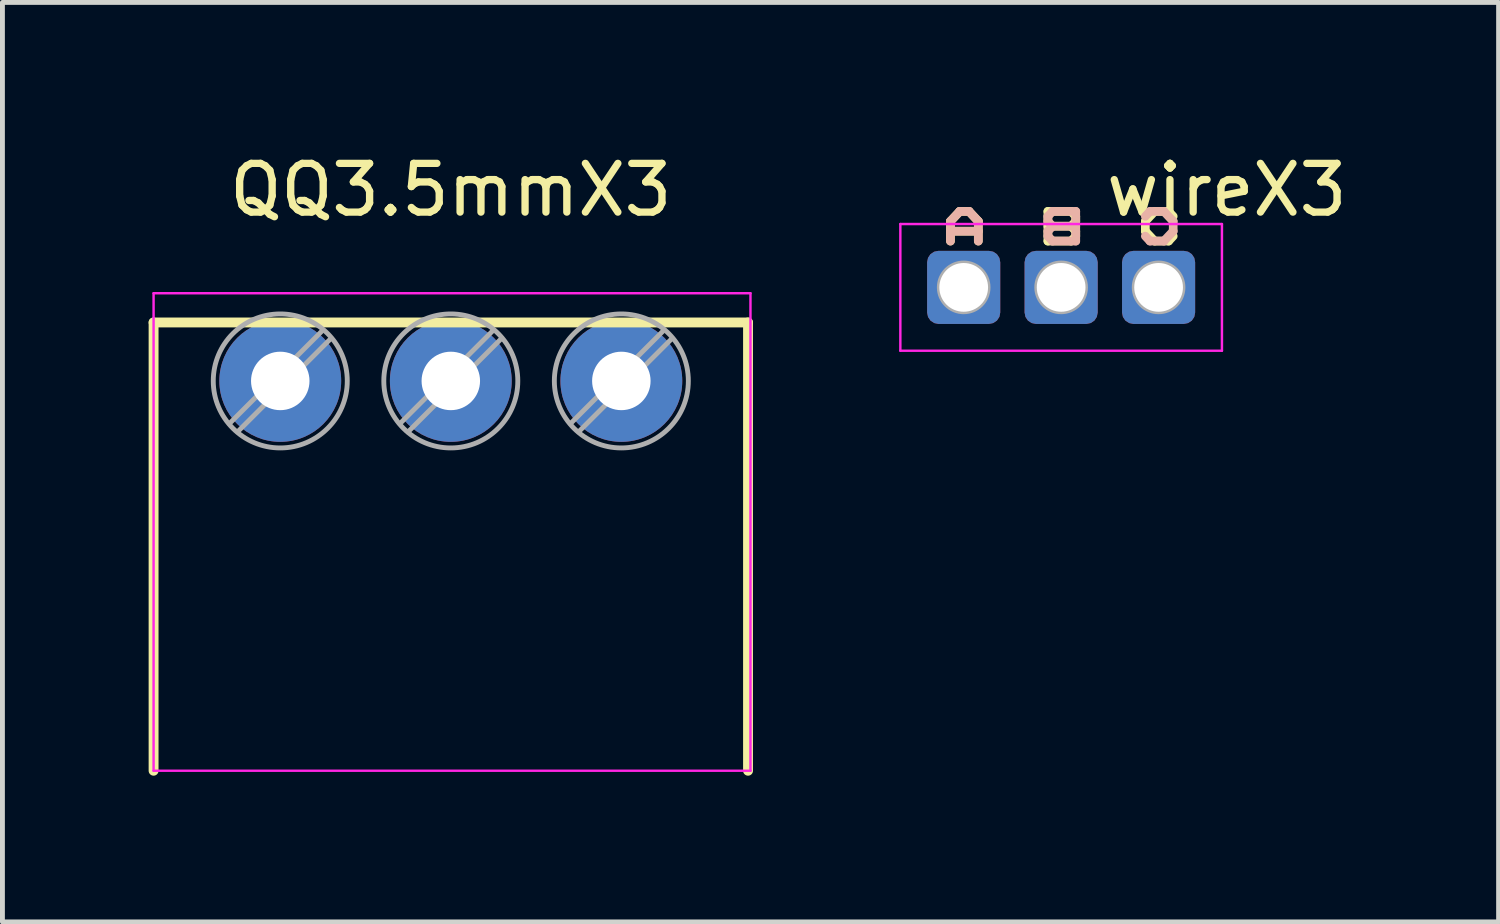
<source format=kicad_pcb>
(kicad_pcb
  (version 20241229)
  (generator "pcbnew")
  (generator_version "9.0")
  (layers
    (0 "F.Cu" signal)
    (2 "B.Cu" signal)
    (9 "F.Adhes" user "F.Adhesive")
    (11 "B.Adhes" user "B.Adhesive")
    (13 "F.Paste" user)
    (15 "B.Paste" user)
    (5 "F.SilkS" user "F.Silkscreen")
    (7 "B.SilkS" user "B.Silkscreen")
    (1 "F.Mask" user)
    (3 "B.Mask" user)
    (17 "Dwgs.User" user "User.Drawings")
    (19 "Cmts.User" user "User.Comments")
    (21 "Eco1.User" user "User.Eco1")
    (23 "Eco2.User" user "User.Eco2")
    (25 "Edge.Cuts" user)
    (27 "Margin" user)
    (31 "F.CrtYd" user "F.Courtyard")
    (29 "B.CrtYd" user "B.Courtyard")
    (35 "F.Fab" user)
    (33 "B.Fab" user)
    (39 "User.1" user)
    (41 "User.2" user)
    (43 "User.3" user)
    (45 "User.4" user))
  (footprint "QQ3.5mmX3"
    (layer "F.Cu")
    (at 2.702 4.768)
    (property "Reference" "QQ3.5mmX3" (at 3.5 -3.92 0) (layer "F.SilkS") (effects (font (size 1 1) (thickness 0.15))))
    (attr through_hole)
    (fp_line (start -2.6 -1.2) (end -2.6 8) (stroke (width 0.203) (type solid)) (layer "F.SilkS"))
    (fp_line (start 9.6 -1.2) (end -2.6 -1.2) (stroke (width 0.203) (type solid)) (layer "F.SilkS"))
    (fp_line (start 9.6 8) (end 9.6 -1.2) (stroke (width 0.203) (type solid)) (layer "F.SilkS"))
    (fp_line (start -2.6 -1.8) (end -2.6 8) (stroke (width 0.05) (type solid)) (layer "F.CrtYd"))
    (fp_line (start -2.6 8) (end 9.65 8) (stroke (width 0.05) (type solid)) (layer "F.CrtYd"))
    (fp_line (start 9.65 -1.8) (end -2.6 -1.8) (stroke (width 0.05) (type solid)) (layer "F.CrtYd"))
    (fp_line (start 9.65 8) (end 9.65 -1.8) (stroke (width 0.05) (type solid)) (layer "F.CrtYd"))
    (fp_line (start 0.875 -1.043) (end -1.043 0.875) (stroke (width 0.1) (type solid)) (layer "F.Fab"))
    (fp_line (start 1.043 -0.875) (end -0.875 1.043) (stroke (width 0.1) (type solid)) (layer "F.Fab"))
    (fp_line (start 4.375 -1.043) (end 2.457 0.875) (stroke (width 0.1) (type solid)) (layer "F.Fab"))
    (fp_line (start 4.543 -0.875) (end 2.625 1.043) (stroke (width 0.1) (type solid)) (layer "F.Fab"))
    (fp_line (start 7.875 -1.043) (end 5.957 0.875) (stroke (width 0.1) (type solid)) (layer "F.Fab"))
    (fp_line (start 8.043 -0.875) (end 6.125 1.043) (stroke (width 0.1) (type solid)) (layer "F.Fab"))
    (fp_circle (center 0 0) (end 1.375 0) (stroke (width 0.1) (type solid)) (fill no) (layer "F.Fab"))
    (fp_circle (center 3.5 0) (end 4.875 0) (stroke (width 0.1) (type solid)) (fill no) (layer "F.Fab"))
    (fp_circle (center 7 0) (end 8.375 0) (stroke (width 0.1) (type solid)) (fill no) (layer "F.Fab"))
    (pad "1" thru_hole circle (at 0 0) (size 2.5 2.5) (drill 1.2) (layers "*.Cu" "*.Mask"))
    (pad "2" thru_hole circle (at 3.5 0) (size 2.5 2.5) (drill 1.2) (layers "*.Cu" "*.Mask"))
    (pad "3" thru_hole circle (at 7 0) (size 2.5 2.5) (drill 1.2) (layers "*.Cu" "*.Mask")))
  (footprint "wireX3"
    (layer "F.Cu")
    (at 16.728 2.848)
    (property "Reference" "wireX3" (at 5.4 -2 0) (layer "F.SilkS") (effects (font (size 1 1) (thickness 0.15))))
    (attr exclude_from_pos_files exclude_from_bom)
    (fp_line (start -0.272 -1.356) (end -0.081 -1.56) (stroke (width 0.178) (type solid)) (layer "F.SilkS"))
    (fp_line (start -0.272 -1.153) (end 0.3 -1.153) (stroke (width 0.178) (type solid)) (layer "F.SilkS"))
    (fp_line (start -0.272 -0.95) (end -0.272 -1.356) (stroke (width 0.178) (type solid)) (layer "F.SilkS"))
    (fp_line (start -0.081 -1.56) (end 0.11 -1.56) (stroke (width 0.178) (type solid)) (layer "F.SilkS"))
    (fp_line (start 0.11 -1.56) (end 0.3 -1.356) (stroke (width 0.178) (type solid)) (layer "F.SilkS"))
    (fp_line (start 0.3 -1.356) (end 0.3 -0.95) (stroke (width 0.178) (type solid)) (layer "F.SilkS"))
    (fp_line (start 1.728 -1.56) (end 2.205 -1.56) (stroke (width 0.178) (type solid)) (layer "F.SilkS"))
    (fp_line (start 1.728 -1.255) (end 2.205 -1.255) (stroke (width 0.178) (type solid)) (layer "F.SilkS"))
    (fp_line (start 1.728 -0.95) (end 1.728 -1.56) (stroke (width 0.178) (type solid)) (layer "F.SilkS"))
    (fp_line (start 2.205 -1.56) (end 2.3 -1.458) (stroke (width 0.178) (type solid)) (layer "F.SilkS"))
    (fp_line (start 2.205 -1.255) (end 2.3 -1.153) (stroke (width 0.178) (type solid)) (layer "F.SilkS"))
    (fp_line (start 2.205 -0.95) (end 1.728 -0.95) (stroke (width 0.178) (type solid)) (layer "F.SilkS"))
    (fp_line (start 2.3 -1.458) (end 2.3 -1.356) (stroke (width 0.178) (type solid)) (layer "F.SilkS"))
    (fp_line (start 2.3 -1.356) (end 2.205 -1.255) (stroke (width 0.178) (type solid)) (layer "F.SilkS"))
    (fp_line (start 2.3 -1.153) (end 2.3 -1.052) (stroke (width 0.178) (type solid)) (layer "F.SilkS"))
    (fp_line (start 2.3 -1.052) (end 2.205 -0.95) (stroke (width 0.178) (type solid)) (layer "F.SilkS"))
    (fp_line (start 3.728 -1.356) (end 3.919 -1.56) (stroke (width 0.178) (type solid)) (layer "F.SilkS"))
    (fp_line (start 3.728 -1.153) (end 3.728 -1.356) (stroke (width 0.178) (type solid)) (layer "F.SilkS"))
    (fp_line (start 3.919 -1.56) (end 4.205 -1.56) (stroke (width 0.178) (type solid)) (layer "F.SilkS"))
    (fp_line (start 3.919 -0.95) (end 3.728 -1.153) (stroke (width 0.178) (type solid)) (layer "F.SilkS"))
    (fp_line (start 4.205 -1.56) (end 4.3 -1.458) (stroke (width 0.178) (type solid)) (layer "F.SilkS"))
    (fp_line (start 4.205 -0.95) (end 3.919 -0.95) (stroke (width 0.178) (type solid)) (layer "F.SilkS"))
    (fp_line (start 4.3 -1.052) (end 4.205 -0.95) (stroke (width 0.178) (type solid)) (layer "F.SilkS"))
    (fp_line (start -0.272 -1.356) (end -0.272 -0.95) (stroke (width 0.178) (type solid)) (layer "B.SilkS"))
    (fp_line (start -0.081 -1.56) (end -0.272 -1.356) (stroke (width 0.178) (type solid)) (layer "B.SilkS"))
    (fp_line (start 0.11 -1.56) (end -0.081 -1.56) (stroke (width 0.178) (type solid)) (layer "B.SilkS"))
    (fp_line (start 0.3 -1.356) (end 0.11 -1.56) (stroke (width 0.178) (type solid)) (layer "B.SilkS"))
    (fp_line (start 0.3 -1.153) (end -0.272 -1.153) (stroke (width 0.178) (type solid)) (layer "B.SilkS"))
    (fp_line (start 0.3 -0.95) (end 0.3 -1.356) (stroke (width 0.178) (type solid)) (layer "B.SilkS"))
    (fp_line (start 1.728 -1.458) (end 1.728 -1.356) (stroke (width 0.178) (type solid)) (layer "B.SilkS"))
    (fp_line (start 1.728 -1.356) (end 1.824 -1.255) (stroke (width 0.178) (type solid)) (layer "B.SilkS"))
    (fp_line (start 1.728 -1.153) (end 1.728 -1.052) (stroke (width 0.178) (type solid)) (layer "B.SilkS"))
    (fp_line (start 1.728 -1.052) (end 1.824 -0.95) (stroke (width 0.178) (type solid)) (layer "B.SilkS"))
    (fp_line (start 1.824 -1.56) (end 1.728 -1.458) (stroke (width 0.178) (type solid)) (layer "B.SilkS"))
    (fp_line (start 1.824 -1.255) (end 1.728 -1.153) (stroke (width 0.178) (type solid)) (layer "B.SilkS"))
    (fp_line (start 1.824 -0.95) (end 2.3 -0.95) (stroke (width 0.178) (type solid)) (layer "B.SilkS"))
    (fp_line (start 2.3 -1.56) (end 1.824 -1.56) (stroke (width 0.178) (type solid)) (layer "B.SilkS"))
    (fp_line (start 2.3 -1.255) (end 1.824 -1.255) (stroke (width 0.178) (type solid)) (layer "B.SilkS"))
    (fp_line (start 2.3 -0.95) (end 2.3 -1.56) (stroke (width 0.178) (type solid)) (layer "B.SilkS"))
    (fp_line (start 3.728 -1.052) (end 3.824 -0.95) (stroke (width 0.178) (type solid)) (layer "B.SilkS"))
    (fp_line (start 3.824 -1.56) (end 3.728 -1.458) (stroke (width 0.178) (type solid)) (layer "B.SilkS"))
    (fp_line (start 3.824 -0.95) (end 4.109 -0.95) (stroke (width 0.178) (type solid)) (layer "B.SilkS"))
    (fp_line (start 4.109 -1.56) (end 3.824 -1.56) (stroke (width 0.178) (type solid)) (layer "B.SilkS"))
    (fp_line (start 4.109 -0.95) (end 4.3 -1.153) (stroke (width 0.178) (type solid)) (layer "B.SilkS"))
    (fp_line (start 4.3 -1.356) (end 4.109 -1.56) (stroke (width 0.178) (type solid)) (layer "B.SilkS"))
    (fp_line (start 4.3 -1.153) (end 4.3 -1.356) (stroke (width 0.178) (type solid)) (layer "B.SilkS"))
    (fp_line (start -1.3 -1.3) (end -1.3 1.3) (stroke (width 0.05) (type solid)) (layer "F.CrtYd"))
    (fp_line (start -1.3 1.3) (end 5.3 1.3) (stroke (width 0.05) (type solid)) (layer "F.CrtYd"))
    (fp_line (start 5.3 -1.3) (end -1.3 -1.3) (stroke (width 0.05) (type solid)) (layer "F.CrtYd"))
    (fp_line (start 5.3 1.3) (end 5.3 -1.3) (stroke (width 0.05) (type solid)) (layer "F.CrtYd"))
    (fp_circle (center 0 0) (end 0.5 0) (stroke (width 0.1) (type solid)) (fill no) (layer "F.Fab"))
    (fp_circle (center 2 0) (end 2.5 0) (stroke (width 0.1) (type solid)) (fill no) (layer "F.Fab"))
    (fp_circle (center 4 0) (end 4.5 0) (stroke (width 0.1) (type solid)) (fill no) (layer "F.Fab"))
    (pad "1" thru_hole roundrect (at 0 0) (size 1.5 1.5) (drill 1) (layers "*.Cu" "*.Mask") (roundrect_rratio 0.156))
    (pad "2" thru_hole roundrect (at 2 0) (size 1.5 1.5) (drill 1) (layers "*.Cu" "*.Mask") (roundrect_rratio 0.156))
    (pad "3" thru_hole roundrect (at 4 0) (size 1.5 1.5) (drill 1) (layers "*.Cu" "*.Mask") (roundrect_rratio 0.156)))
  (gr_rect
    (start -3 -3)
    (end 27.706 15.87)
    (stroke (width 0.1) (type default))
    (fill no)
    (layer "Edge.Cuts")))
</source>
